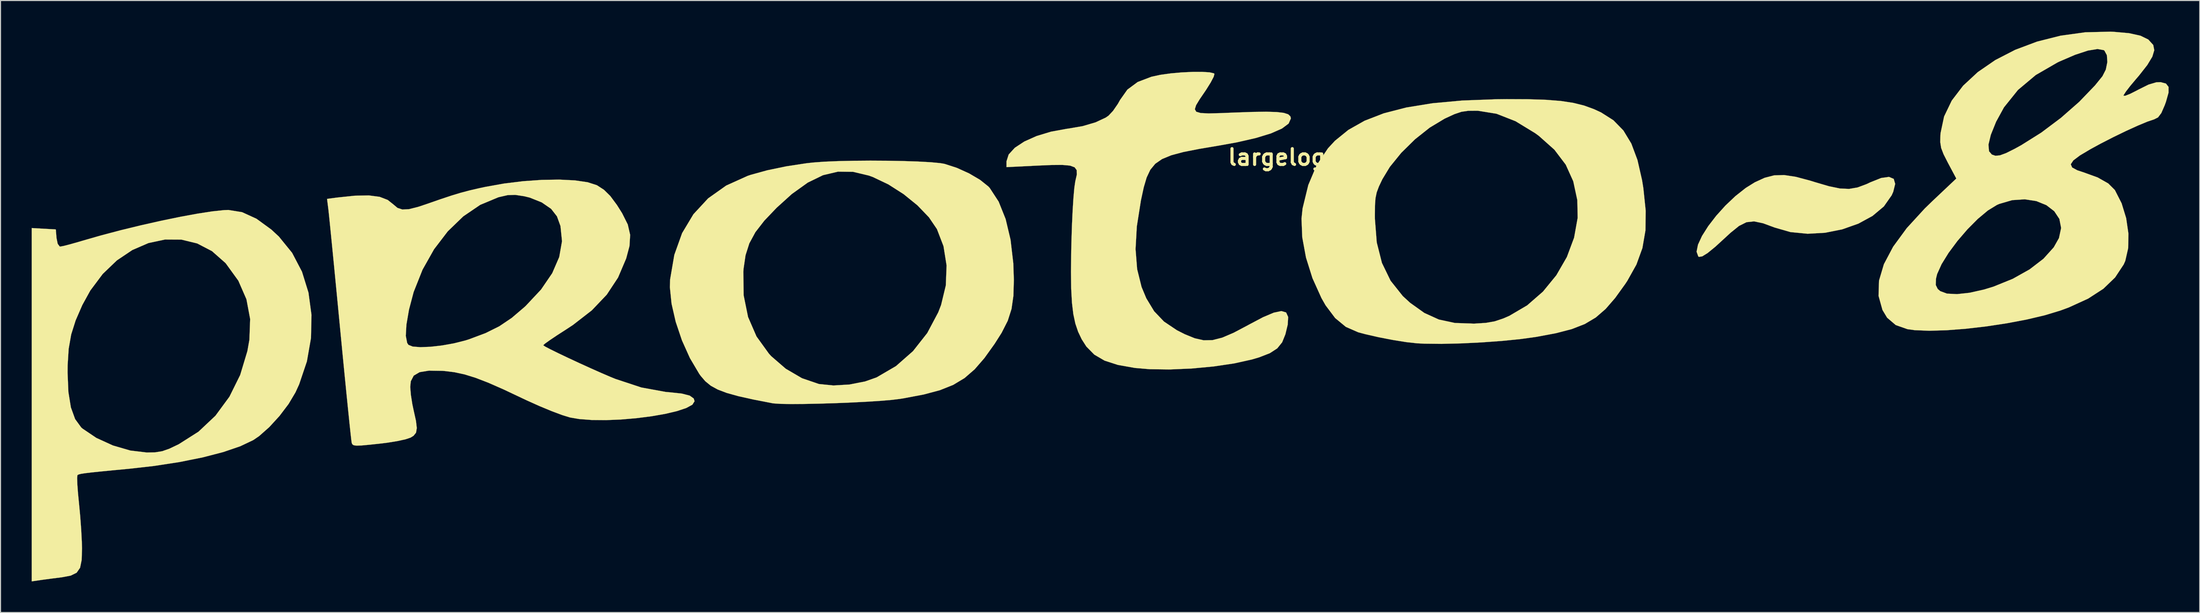
<source format=kicad_pcb>
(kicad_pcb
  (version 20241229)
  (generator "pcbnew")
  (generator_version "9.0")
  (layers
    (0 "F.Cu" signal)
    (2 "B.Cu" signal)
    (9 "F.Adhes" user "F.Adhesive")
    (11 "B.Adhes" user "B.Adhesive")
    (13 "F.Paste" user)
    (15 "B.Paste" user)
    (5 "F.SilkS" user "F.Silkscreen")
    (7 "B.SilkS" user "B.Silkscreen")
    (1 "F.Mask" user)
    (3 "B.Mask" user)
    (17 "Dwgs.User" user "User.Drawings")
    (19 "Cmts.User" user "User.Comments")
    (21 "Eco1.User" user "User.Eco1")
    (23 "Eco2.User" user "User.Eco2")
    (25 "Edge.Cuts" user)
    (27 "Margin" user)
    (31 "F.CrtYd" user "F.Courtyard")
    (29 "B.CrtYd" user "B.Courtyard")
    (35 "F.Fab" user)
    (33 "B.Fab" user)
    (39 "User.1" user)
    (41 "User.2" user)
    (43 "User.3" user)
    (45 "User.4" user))
  (footprint "largelogo"
    (layer "F.Cu")
    (at 120.6 12.12)
    (property "Reference" "largelogo" (at 0 0 0) (layer "F.SilkS") (effects (font (size 1.524 1.524) (thickness 0.3))))
    (attr through_hole)
    (fp_poly (pts (xy 49.284 1.882) (xy 50.673 2.253) (xy 51.123 2.393) (xy 52.477 2.791) (xy 53.54 3.01) (xy 54.422 3.049) (xy 55.236 2.908) (xy 56.092 2.589) (xy 56.466 2.413) (xy 57.506 1.997) (xy 58.262 1.89) (xy 58.717 2.083) (xy 58.858 2.566) (xy 58.669 3.33) (xy 58.519 3.668) (xy 57.77 4.736) (xy 56.678 5.653) (xy 55.318 6.397) (xy 53.769 6.946) (xy 52.109 7.279) (xy 50.415 7.375) (xy 48.764 7.212) (xy 47.249 6.775) (xy 46.131 6.362) (xy 45.268 6.182) (xy 44.538 6.26) (xy 43.823 6.618) (xy 43.001 7.282) (xy 42.551 7.698) (xy 41.54 8.625) (xy 40.79 9.238) (xy 40.273 9.557) (xy 39.959 9.604) (xy 39.896 9.563) (xy 39.732 9.106) (xy 39.867 8.427) (xy 40.255 7.585) (xy 40.854 6.638) (xy 41.619 5.644) (xy 42.505 4.66) (xy 43.469 3.745) (xy 44.467 2.956) (xy 45.339 2.412) (xy 46.287 1.977) (xy 47.193 1.743) (xy 48.158 1.712) (xy 49.284 1.882)) (stroke (width 0.01) (type solid)) (fill yes) (layer "F.SilkS"))
    (fp_poly (pts (xy 23.519 -5.6) (xy 25.244 -5.544) (xy 26.669 -5.43) (xy 27.865 -5.248) (xy 28.903 -4.989) (xy 29.853 -4.642) (xy 30.539 -4.324) (xy 31.722 -3.571) (xy 32.683 -2.587) (xy 33.447 -1.326) (xy 34.038 0.257) (xy 34.482 2.205) (xy 34.607 2.982) (xy 34.833 5.161) (xy 34.808 7.055) (xy 34.515 8.754) (xy 33.938 10.346) (xy 33.058 11.922) (xy 32.862 12.218) (xy 31.891 13.568) (xy 30.973 14.628) (xy 30.026 15.449) (xy 28.968 16.08) (xy 27.716 16.569) (xy 26.187 16.967) (xy 24.3 17.321) (xy 24.296 17.322) (xy 22.763 17.534) (xy 20.955 17.714) (xy 19.002 17.855) (xy 17.03 17.951) (xy 15.169 17.994) (xy 13.546 17.978) (xy 12.81 17.941) (xy 11.775 17.826) (xy 10.486 17.62) (xy 9.115 17.354) (xy 7.83 17.061) (xy 7.141 16.876) (xy 5.955 16.355) (xy 4.927 15.506) (xy 4.008 14.283) (xy 3.608 13.581) (xy 2.741 11.658) (xy 2.118 9.672) (xy 1.759 7.723) (xy 1.686 5.915) (xy 1.715 5.643) (xy 8.753 5.643) (xy 8.755 5.947) (xy 8.932 8.21) (xy 9.431 10.187) (xy 10.263 11.903) (xy 11.44 13.385) (xy 12.148 14.036) (xy 13.516 15.013) (xy 14.914 15.648) (xy 16.458 15.979) (xy 18.261 16.042) (xy 18.332 16.04) (xy 19.431 15.971) (xy 20.292 15.821) (xy 21.119 15.544) (xy 21.698 15.292) (xy 23.415 14.282) (xy 24.939 12.954) (xy 26.227 11.377) (xy 27.24 9.62) (xy 27.937 7.752) (xy 28.279 5.842) (xy 28.247 4.136) (xy 27.856 2.314) (xy 27.131 0.709) (xy 26.039 -0.732) (xy 24.548 -2.061) (xy 24.184 -2.328) (xy 22.296 -3.48) (xy 20.465 -4.199) (xy 18.681 -4.487) (xy 18.556 -4.491) (xy 17.747 -4.484) (xy 17.087 -4.388) (xy 16.404 -4.158) (xy 15.525 -3.752) (xy 15.447 -3.713) (xy 14.033 -2.861) (xy 12.613 -1.733) (xy 11.297 -0.436) (xy 10.194 0.924) (xy 9.473 2.115) (xy 9.141 2.816) (xy 8.928 3.384) (xy 8.81 3.954) (xy 8.76 4.662) (xy 8.753 5.643) (xy 1.715 5.643) (xy 1.79 4.928) (xy 2.34 2.673) (xy 3.15 0.751) (xy 4.237 -0.868) (xy 4.906 -1.592) (xy 6.2 -2.643) (xy 7.761 -3.525) (xy 9.613 -4.243) (xy 11.782 -4.803) (xy 14.292 -5.212) (xy 17.167 -5.475) (xy 20.432 -5.599) (xy 21.424 -5.609) (xy 23.519 -5.6)) (stroke (width 0.01) (type solid)) (fill yes) (layer "F.SilkS"))
    (fp_poly (pts (xy -100.335 5.294) (xy -98.95 5.928) (xy -97.523 6.968) (xy -96.791 7.648) (xy -95.519 9.215) (xy -94.568 11.035) (xy -93.944 13.049) (xy -93.653 15.2) (xy -93.701 17.43) (xy -94.095 19.682) (xy -94.84 21.896) (xy -95.198 22.679) (xy -95.86 23.793) (xy -96.735 24.948) (xy -97.717 26.021) (xy -98.696 26.889) (xy -99.259 27.274) (xy -100.515 27.87) (xy -102.156 28.431) (xy -104.128 28.943) (xy -106.374 29.395) (xy -108.838 29.773) (xy -111.208 30.04) (xy -112.795 30.19) (xy -113.997 30.308) (xy -114.87 30.399) (xy -115.468 30.471) (xy -115.847 30.53) (xy -116.063 30.584) (xy -116.169 30.639) (xy -116.194 30.663) (xy -116.222 30.929) (xy -116.202 31.541) (xy -116.138 32.404) (xy -116.045 33.351) (xy -115.926 34.604) (xy -115.829 35.923) (xy -115.768 37.115) (xy -115.752 37.713) (xy -115.783 38.828) (xy -115.936 39.586) (xy -116.269 40.065) (xy -116.839 40.346) (xy -117.702 40.508) (xy -117.755 40.515) (xy -118.62 40.624) (xy -119.456 40.735) (xy -119.767 40.779) (xy -120.595 40.9) (xy -120.595 20.762) (xy -117.143 20.762) (xy -117.064 22.633) (xy -116.824 24.12) (xy -116.416 25.249) (xy -115.831 26.052) (xy -115.709 26.162) (xy -114.371 27.065) (xy -112.778 27.793) (xy -111.097 28.283) (xy -109.519 28.471) (xy -108.699 28.455) (xy -108.032 28.348) (xy -107.342 28.106) (xy -106.454 27.682) (xy -106.427 27.667) (xy -104.535 26.464) (xy -102.902 24.925) (xy -101.555 23.09) (xy -100.521 20.998) (xy -99.826 18.689) (xy -99.633 17.598) (xy -99.56 15.597) (xy -99.917 13.693) (xy -100.698 11.903) (xy -101.898 10.244) (xy -101.952 10.184) (xy -103.233 9.053) (xy -104.657 8.31) (xy -106.181 7.94) (xy -107.76 7.932) (xy -109.351 8.271) (xy -110.91 8.946) (xy -112.393 9.943) (xy -113.755 11.249) (xy -114.953 12.851) (xy -115.721 14.246) (xy -116.366 15.732) (xy -116.793 17.085) (xy -117.037 18.47) (xy -117.136 20.055) (xy -117.143 20.762) (xy -120.595 20.762) (xy -120.595 6.824) (xy -118.276 6.957) (xy -118.207 7.786) (xy -118.093 8.347) (xy -117.896 8.608) (xy -117.86 8.614) (xy -117.532 8.553) (xy -116.898 8.39) (xy -116.073 8.156) (xy -115.719 8.051) (xy -113.936 7.538) (xy -112.029 7.034) (xy -110.071 6.557) (xy -108.135 6.121) (xy -106.295 5.741) (xy -104.622 5.433) (xy -103.19 5.213) (xy -102.073 5.095) (xy -101.654 5.08) (xy -100.335 5.294)) (stroke (width 0.01) (type solid)) (fill yes) (layer "F.SilkS"))
    (fp_poly (pts (xy -38.206 0.333) (xy -36.639 0.362) (xy -35.214 0.41) (xy -34.01 0.477) (xy -33.11 0.562) (xy -32.689 0.634) (xy -31.506 1.018) (xy -30.321 1.556) (xy -29.268 2.176) (xy -28.48 2.807) (xy -28.335 2.963) (xy -27.478 4.278) (xy -26.807 5.955) (xy -26.333 7.951) (xy -26.068 10.224) (xy -26.014 11.817) (xy -26.058 13.36) (xy -26.239 14.625) (xy -26.602 15.764) (xy -27.194 16.93) (xy -27.874 18.001) (xy -28.848 19.362) (xy -29.786 20.445) (xy -30.763 21.293) (xy -31.858 21.952) (xy -33.148 22.467) (xy -34.71 22.882) (xy -36.622 23.243) (xy -37.017 23.307) (xy -37.814 23.403) (xy -38.919 23.495) (xy -40.251 23.579) (xy -41.729 23.654) (xy -43.272 23.716) (xy -44.8 23.762) (xy -46.233 23.79) (xy -47.488 23.798) (xy -48.486 23.781) (xy -49.145 23.738) (xy -49.254 23.722) (xy -51.083 23.366) (xy -52.532 23.043) (xy -53.662 22.729) (xy -54.532 22.399) (xy -55.201 22.031) (xy -55.728 21.6) (xy -56.172 21.083) (xy -56.315 20.883) (xy -57.211 19.366) (xy -57.978 17.657) (xy -58.578 15.871) (xy -58.978 14.122) (xy -59.14 12.528) (xy -59.116 11.772) (xy -58.992 11.045) (xy -52.067 11.045) (xy -52.034 13.324) (xy -51.611 15.404) (xy -50.798 17.279) (xy -49.599 18.943) (xy -49.375 19.186) (xy -47.981 20.393) (xy -46.418 21.308) (xy -44.805 21.86) (xy -44.767 21.869) (xy -43.391 22.006) (xy -41.848 21.915) (xy -40.333 21.617) (xy -39.228 21.226) (xy -37.367 20.138) (xy -35.728 18.696) (xy -34.356 16.952) (xy -33.298 14.957) (xy -33.022 14.244) (xy -32.568 12.361) (xy -32.492 10.437) (xy -32.79 8.571) (xy -33.422 6.925) (xy -34.195 5.786) (xy -35.299 4.636) (xy -36.635 3.552) (xy -38.101 2.614) (xy -39.599 1.901) (xy -39.977 1.764) (xy -41.495 1.403) (xy -42.953 1.385) (xy -44.395 1.726) (xy -45.861 2.44) (xy -47.396 3.542) (xy -48.86 4.869) (xy -50.044 6.111) (xy -50.904 7.221) (xy -51.489 8.3) (xy -51.853 9.445) (xy -52.045 10.757) (xy -52.067 11.045) (xy -58.992 11.045) (xy -58.712 9.409) (xy -57.963 7.313) (xy -56.874 5.493) (xy -55.456 3.96) (xy -53.714 2.724) (xy -51.658 1.795) (xy -51.352 1.692) (xy -49.762 1.253) (xy -47.923 0.87) (xy -46.028 0.58) (xy -45.357 0.505) (xy -44.286 0.425) (xy -42.955 0.369) (xy -41.444 0.336) (xy -39.835 0.324) (xy -38.206 0.333)) (stroke (width 0.01) (type solid)) (fill yes) (layer "F.SilkS"))
    (fp_poly (pts (xy -7.168 -8.194) (xy -6.756 -8.098) (xy -6.697 -8.042) (xy -6.775 -7.758) (xy -7.056 -7.22) (xy -7.485 -6.531) (xy -7.613 -6.34) (xy -8.129 -5.583) (xy -8.466 -5.024) (xy -8.586 -4.637) (xy -8.452 -4.394) (xy -8.024 -4.268) (xy -7.266 -4.232) (xy -6.138 -4.259) (xy -4.77 -4.315) (xy -3.035 -4.376) (xy -1.695 -4.394) (xy -0.705 -4.365) (xy -0.019 -4.284) (xy 0.406 -4.145) (xy 0.618 -3.945) (xy 0.663 -3.742) (xy 0.444 -3.251) (xy -0.201 -2.77) (xy -1.258 -2.304) (xy -2.712 -1.859) (xy -4.548 -1.439) (xy -6.305 -1.123) (xy -8.191 -0.804) (xy -9.692 -0.507) (xy -10.858 -0.195) (xy -11.743 0.17) (xy -12.398 0.624) (xy -12.875 1.205) (xy -13.226 1.948) (xy -13.504 2.892) (xy -13.759 4.072) (xy -13.781 4.181) (xy -14.173 6.669) (xy -14.295 8.854) (xy -14.143 10.785) (xy -13.716 12.509) (xy -13.261 13.599) (xy -12.505 14.849) (xy -11.556 15.844) (xy -10.316 16.678) (xy -9.551 17.066) (xy -8.596 17.455) (xy -7.737 17.649) (xy -6.884 17.633) (xy -5.949 17.394) (xy -4.843 16.92) (xy -3.475 16.196) (xy -3.388 16.147) (xy -2.025 15.426) (xy -0.986 14.985) (xy -0.25 14.83) (xy 0.205 14.967) (xy 0.401 15.4) (xy 0.359 16.137) (xy 0.133 17.074) (xy -0.177 17.842) (xy -0.649 18.428) (xy -1.361 18.892) (xy -2.393 19.294) (xy -3.092 19.501) (xy -4.798 19.88) (xy -6.78 20.174) (xy -8.894 20.372) (xy -10.996 20.463) (xy -12.942 20.437) (xy -14.357 20.317) (xy -16.001 20.025) (xy -17.281 19.61) (xy -18.268 19.032) (xy -19.031 18.256) (xy -19.481 17.552) (xy -19.825 16.83) (xy -20.092 16.041) (xy -20.288 15.126) (xy -20.419 14.027) (xy -20.493 12.683) (xy -20.514 11.037) (xy -20.49 9.028) (xy -20.474 8.289) (xy -20.423 6.645) (xy -20.355 5.157) (xy -20.275 3.892) (xy -20.188 2.918) (xy -20.097 2.305) (xy -20.079 2.231) (xy -19.949 1.659) (xy -19.96 1.244) (xy -20.163 0.965) (xy -20.609 0.802) (xy -21.348 0.736) (xy -22.433 0.745) (xy -23.685 0.799) (xy -26.725 0.949) (xy -26.725 0.39) (xy -26.514 -0.271) (xy -25.922 -0.919) (xy -25.006 -1.522) (xy -23.827 -2.05) (xy -22.445 -2.469) (xy -20.918 -2.75) (xy -20.762 -2.769) (xy -19.379 -3.008) (xy -18.144 -3.372) (xy -17.178 -3.822) (xy -16.902 -4.011) (xy -16.467 -4.474) (xy -16.002 -5.148) (xy -15.786 -5.533) (xy -15.083 -6.527) (xy -14.089 -7.263) (xy -12.762 -7.769) (xy -11.908 -7.954) (xy -10.916 -8.092) (xy -9.852 -8.187) (xy -8.809 -8.236) (xy -7.883 -8.239) (xy -7.168 -8.194)) (stroke (width 0.01) (type solid)) (fill yes) (layer "F.SilkS"))
    (fp_poly (pts (xy 79.896 -12.102) (xy 81.378 -11.97) (xy 82.474 -11.728) (xy 83.23 -11.36) (xy 83.694 -10.851) (xy 83.712 -10.818) (xy 83.808 -10.332) (xy 83.622 -9.705) (xy 83.135 -8.897) (xy 82.327 -7.867) (xy 82.054 -7.55) (xy 81.496 -6.885) (xy 81.073 -6.335) (xy 80.854 -5.991) (xy 80.838 -5.939) (xy 81.013 -5.932) (xy 81.474 -6.114) (xy 82.131 -6.445) (xy 82.266 -6.519) (xy 83.258 -7.012) (xy 84.011 -7.235) (xy 84.419 -7.248) (xy 84.932 -7.112) (xy 85.182 -6.789) (xy 85.179 -6.222) (xy 84.934 -5.352) (xy 84.817 -5.028) (xy 84.489 -4.271) (xy 84.169 -3.847) (xy 83.788 -3.656) (xy 83.147 -3.44) (xy 82.218 -3.053) (xy 81.094 -2.541) (xy 79.873 -1.949) (xy 78.651 -1.322) (xy 77.683 -0.795) (xy 76.65 -0.18) (xy 76.015 0.298) (xy 75.767 0.673) (xy 75.896 0.98) (xy 76.391 1.251) (xy 77.001 1.453) (xy 78.355 1.944) (xy 79.377 2.523) (xy 80.013 3.158) (xy 80.013 3.159) (xy 80.663 4.436) (xy 81.103 5.875) (xy 81.318 7.359) (xy 81.294 8.768) (xy 81.017 9.987) (xy 80.864 10.335) (xy 80.037 11.587) (xy 78.909 12.676) (xy 77.438 13.63) (xy 75.586 14.477) (xy 74.774 14.778) (xy 73.274 15.233) (xy 71.526 15.647) (xy 69.616 16.009) (xy 67.634 16.31) (xy 65.667 16.537) (xy 63.804 16.681) (xy 62.133 16.73) (xy 60.741 16.674) (xy 60.04 16.578) (xy 58.911 16.181) (xy 58.081 15.472) (xy 57.633 14.726) (xy 57.255 13.365) (xy 57.287 12.315) (xy 62.765 12.315) (xy 62.954 12.7) (xy 63.199 12.909) (xy 63.846 13.148) (xy 64.812 13.197) (xy 66.023 13.065) (xy 67.402 12.756) (xy 68.327 12.473) (xy 70.18 11.721) (xy 71.801 10.812) (xy 73.135 9.786) (xy 74.126 8.685) (xy 74.631 7.789) (xy 74.839 6.817) (xy 74.669 5.944) (xy 74.176 5.2) (xy 73.418 4.617) (xy 72.453 4.224) (xy 71.337 4.053) (xy 70.128 4.133) (xy 68.883 4.496) (xy 68.653 4.596) (xy 67.779 5.133) (xy 66.809 5.946) (xy 65.81 6.953) (xy 64.851 8.071) (xy 64 9.217) (xy 63.326 10.308) (xy 62.896 11.262) (xy 62.787 11.71) (xy 62.765 12.315) (xy 57.287 12.315) (xy 57.301 11.892) (xy 57.77 10.31) (xy 58.661 8.623) (xy 59.971 6.833) (xy 61.701 4.943) (xy 62.402 4.262) (xy 64.743 2.048) (xy 63.933 0.527) (xy 63.516 -0.294) (xy 63.284 -0.902) (xy 63.235 -1.218) (xy 67.839 -1.218) (xy 67.895 -0.579) (xy 68.17 -0.261) (xy 68.511 -0.147) (xy 68.94 -0.186) (xy 69.534 -0.403) (xy 70.372 -0.823) (xy 71.002 -1.171) (xy 72.922 -2.377) (xy 74.819 -3.802) (xy 76.58 -5.349) (xy 78.094 -6.925) (xy 78.815 -7.815) (xy 79.142 -8.459) (xy 79.288 -9.184) (xy 79.246 -9.842) (xy 79.009 -10.286) (xy 78.937 -10.337) (xy 78.341 -10.443) (xy 77.419 -10.292) (xy 76.196 -9.89) (xy 74.702 -9.247) (xy 74.483 -9.143) (xy 72.397 -7.936) (xy 70.683 -6.497) (xy 69.336 -4.819) (xy 68.576 -3.43) (xy 68.066 -2.163) (xy 67.839 -1.218) (xy 63.235 -1.218) (xy 63.197 -1.463) (xy 63.213 -2.142) (xy 63.227 -2.326) (xy 63.568 -3.936) (xy 64.306 -5.471) (xy 65.401 -6.905) (xy 66.811 -8.215) (xy 68.496 -9.376) (xy 70.414 -10.365) (xy 72.524 -11.158) (xy 74.786 -11.729) (xy 77.158 -12.056) (xy 79.598 -12.115) (xy 79.896 -12.102)) (stroke (width 0.01) (type solid)) (fill yes) (layer "F.SilkS"))
    (fp_poly (pts (xy -68.289 2.227) (xy -67.065 2.405) (xy -66.189 2.686) (xy -66.15 2.705) (xy -65.488 3.135) (xy -64.876 3.738) (xy -64.235 4.604) (xy -63.736 5.398) (xy -63.196 6.478) (xy -62.965 7.484) (xy -63.03 8.561) (xy -63.349 9.761) (xy -64.131 11.599) (xy -65.218 13.248) (xy -66.651 14.755) (xy -68.471 16.169) (xy -69.141 16.61) (xy -69.999 17.163) (xy -70.7 17.635) (xy -71.171 17.973) (xy -71.339 18.127) (xy -71.15 18.255) (xy -70.633 18.527) (xy -69.863 18.906) (xy -68.915 19.358) (xy -67.867 19.846) (xy -66.792 20.335) (xy -65.767 20.791) (xy -64.868 21.178) (xy -64.383 21.376) (xy -61.885 22.202) (xy -59.538 22.631) (xy -59.125 22.667) (xy -57.979 22.791) (xy -57.232 22.985) (xy -56.844 23.262) (xy -56.763 23.527) (xy -56.973 23.86) (xy -57.559 24.18) (xy -58.455 24.479) (xy -59.595 24.748) (xy -60.913 24.978) (xy -62.344 25.16) (xy -63.822 25.287) (xy -65.28 25.349) (xy -66.654 25.338) (xy -67.876 25.245) (xy -68.752 25.095) (xy -69.491 24.869) (xy -70.509 24.488) (xy -71.69 23.998) (xy -72.92 23.446) (xy -73.39 23.223) (xy -75.165 22.384) (xy -76.63 21.74) (xy -77.859 21.266) (xy -78.927 20.936) (xy -79.905 20.726) (xy -80.868 20.61) (xy -81.075 20.595) (xy -82.344 20.577) (xy -83.24 20.723) (xy -83.807 21.058) (xy -84.09 21.603) (xy -84.143 22.148) (xy -84.084 22.896) (xy -83.94 23.819) (xy -83.816 24.406) (xy -83.591 25.424) (xy -83.511 26.112) (xy -83.585 26.56) (xy -83.824 26.858) (xy -84.107 27.034) (xy -84.597 27.199) (xy -85.391 27.373) (xy -86.356 27.529) (xy -86.86 27.592) (xy -88.013 27.717) (xy -88.802 27.791) (xy -89.3 27.81) (xy -89.58 27.776) (xy -89.716 27.685) (xy -89.777 27.553) (xy -89.816 27.284) (xy -89.891 26.619) (xy -89.999 25.602) (xy -90.135 24.277) (xy -90.295 22.687) (xy -90.474 20.877) (xy -90.668 18.891) (xy -90.829 17.219) (xy -84.572 17.219) (xy -84.439 17.905) (xy -84.317 18.09) (xy -83.909 18.254) (xy -83.171 18.313) (xy -82.199 18.275) (xy -81.089 18.149) (xy -79.939 17.944) (xy -78.843 17.668) (xy -78.497 17.559) (xy -76.89 16.957) (xy -75.566 16.298) (xy -74.367 15.489) (xy -73.135 14.437) (xy -73.016 14.326) (xy -71.547 12.757) (xy -70.471 11.179) (xy -69.795 9.617) (xy -69.527 8.094) (xy -69.675 6.633) (xy -70.015 5.695) (xy -70.576 4.973) (xy -71.479 4.351) (xy -72.624 3.891) (xy -73.163 3.758) (xy -74.034 3.625) (xy -74.756 3.648) (xy -75.593 3.84) (xy -75.685 3.867) (xy -77.406 4.587) (xy -79.035 5.696) (xy -80.53 7.142) (xy -81.852 8.873) (xy -82.96 10.841) (xy -83.815 12.993) (xy -84.262 14.688) (xy -84.513 16.149) (xy -84.572 17.219) (xy -90.829 17.219) (xy -90.872 16.772) (xy -90.882 16.676) (xy -91.089 14.52) (xy -91.287 12.468) (xy -91.471 10.569) (xy -91.638 8.869) (xy -91.781 7.419) (xy -91.897 6.265) (xy -91.98 5.455) (xy -92.025 5.042) (xy -92.155 4.011) (xy -91.19 3.883) (xy -89.479 3.704) (xy -88.131 3.678) (xy -87.093 3.812) (xy -86.313 4.113) (xy -85.78 4.537) (xy -85.37 4.882) (xy -84.892 5.037) (xy -84.258 5.003) (xy -83.378 4.779) (xy -82.571 4.51) (xy -81.222 4.041) (xy -80.166 3.69) (xy -79.285 3.422) (xy -78.456 3.202) (xy -77.559 2.993) (xy -76.922 2.856) (xy -75.117 2.532) (xy -73.274 2.306) (xy -71.471 2.179) (xy -69.783 2.152) (xy -68.289 2.227)) (stroke (width 0.01) (type solid)) (fill yes) (layer "F.SilkS")))
  (gr_rect
    (start -3 -3)
    (end 208.786 56.024)
    (stroke (width 0.1) (type default))
    (fill no)
    (layer "Edge.Cuts")))
</source>
